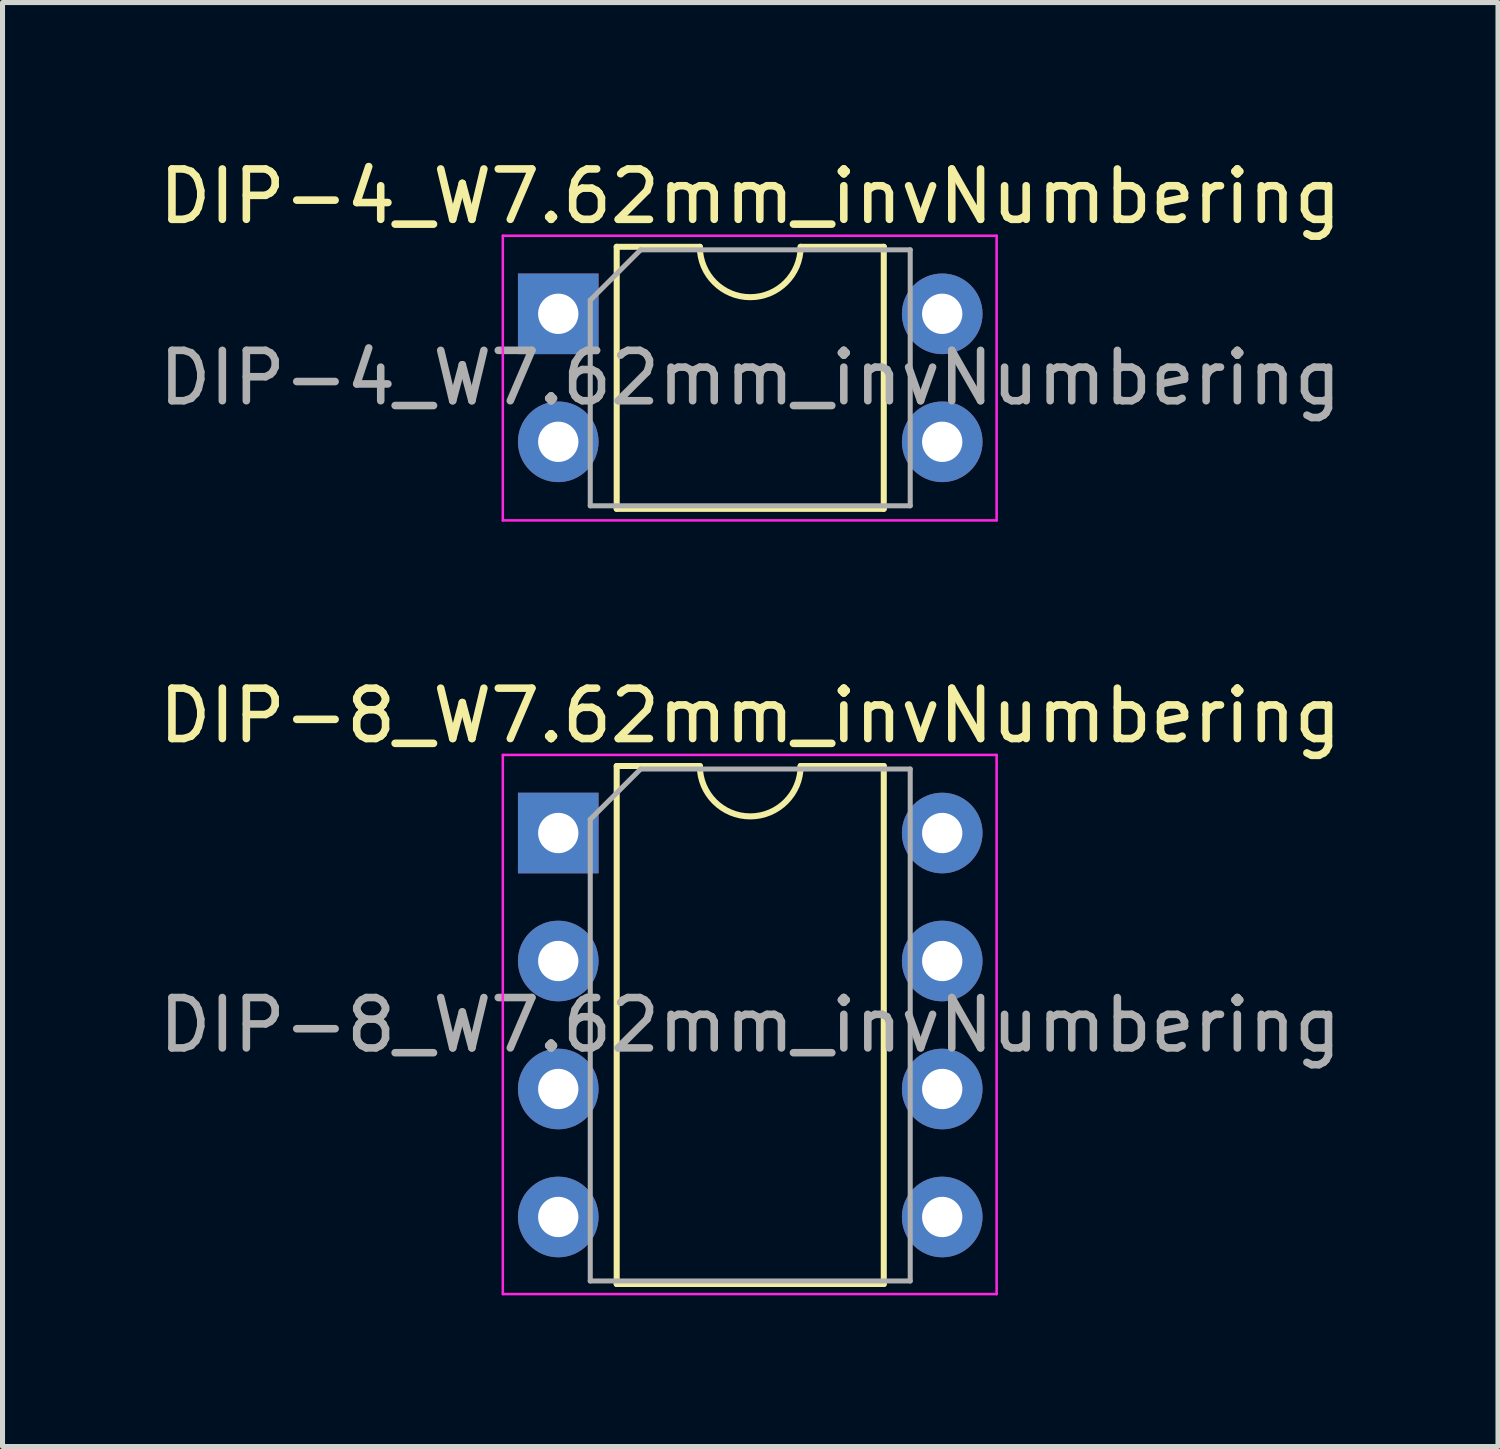
<source format=kicad_pcb>
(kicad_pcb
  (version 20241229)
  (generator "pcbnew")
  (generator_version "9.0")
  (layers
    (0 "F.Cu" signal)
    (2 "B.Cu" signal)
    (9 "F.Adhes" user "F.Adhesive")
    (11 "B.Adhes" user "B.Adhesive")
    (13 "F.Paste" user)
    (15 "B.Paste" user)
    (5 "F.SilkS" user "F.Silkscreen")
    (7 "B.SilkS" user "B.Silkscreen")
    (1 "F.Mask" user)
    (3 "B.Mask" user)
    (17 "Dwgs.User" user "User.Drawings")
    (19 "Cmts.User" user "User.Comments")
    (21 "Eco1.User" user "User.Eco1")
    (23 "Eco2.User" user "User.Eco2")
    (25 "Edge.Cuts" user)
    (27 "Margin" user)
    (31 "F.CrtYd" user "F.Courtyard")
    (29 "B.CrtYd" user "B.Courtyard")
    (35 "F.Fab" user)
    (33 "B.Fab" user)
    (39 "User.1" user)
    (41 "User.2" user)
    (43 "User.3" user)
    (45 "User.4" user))
  (footprint "DIP-8_W7.62mm_invNumbering"
    (layer "F.Cu")
    (at 8.029 13.482)
    (property "Reference" "DIP-8_W7.62mm_invNumbering" (at 3.81 -2.33 0) (layer "F.SilkS") (effects (font (size 1 1) (thickness 0.15))))
    (attr through_hole)
    (fp_line (start 1.16 -1.33) (end 1.16 8.95) (stroke (width 0.12) (type solid)) (layer "F.SilkS"))
    (fp_line (start 1.16 8.95) (end 6.46 8.95) (stroke (width 0.12) (type solid)) (layer "F.SilkS"))
    (fp_line (start 2.81 -1.33) (end 1.16 -1.33) (stroke (width 0.12) (type solid)) (layer "F.SilkS"))
    (fp_line (start 6.46 -1.33) (end 4.81 -1.33) (stroke (width 0.12) (type solid)) (layer "F.SilkS"))
    (fp_line (start 6.46 8.95) (end 6.46 -1.33) (stroke (width 0.12) (type solid)) (layer "F.SilkS"))
    (fp_arc (start 4.81 -1.33) (mid 3.81 -0.33) (end 2.81 -1.33) (stroke (width 0.12) (type solid)) (layer "F.SilkS"))
    (fp_line (start -1.1 -1.55) (end -1.1 9.15) (stroke (width 0.05) (type solid)) (layer "F.CrtYd"))
    (fp_line (start -1.1 9.15) (end 8.7 9.15) (stroke (width 0.05) (type solid)) (layer "F.CrtYd"))
    (fp_line (start 8.7 -1.55) (end -1.1 -1.55) (stroke (width 0.05) (type solid)) (layer "F.CrtYd"))
    (fp_line (start 8.7 9.15) (end 8.7 -1.55) (stroke (width 0.05) (type solid)) (layer "F.CrtYd"))
    (fp_line (start 0.635 -0.27) (end 1.635 -1.27) (stroke (width 0.1) (type solid)) (layer "F.Fab"))
    (fp_line (start 0.635 8.89) (end 0.635 -0.27) (stroke (width 0.1) (type solid)) (layer "F.Fab"))
    (fp_line (start 1.635 -1.27) (end 6.985 -1.27) (stroke (width 0.1) (type solid)) (layer "F.Fab"))
    (fp_line (start 6.985 -1.27) (end 6.985 8.89) (stroke (width 0.1) (type solid)) (layer "F.Fab"))
    (fp_line (start 6.985 8.89) (end 0.635 8.89) (stroke (width 0.1) (type solid)) (layer "F.Fab"))
    (fp_text user "${REFERENCE}" (at 3.81 3.81 0) (layer "F.Fab") (effects (font (size 1 1) (thickness 0.15))))
    (pad "1" thru_hole rect (at 0 0) (size 1.6 1.6) (drill 0.8) (layers "*.Cu" "*.Mask"))
    (pad "2" thru_hole oval (at 0 2.54) (size 1.6 1.6) (drill 0.8) (layers "*.Cu" "*.Mask"))
    (pad "3" thru_hole oval (at 0 5.08) (size 1.6 1.6) (drill 0.8) (layers "*.Cu" "*.Mask"))
    (pad "4" thru_hole oval (at 0 7.62) (size 1.6 1.6) (drill 0.8) (layers "*.Cu" "*.Mask"))
    (pad "5" thru_hole oval (at 7.62 0) (size 1.6 1.6) (drill 0.8) (layers "*.Cu" "*.Mask"))
    (pad "6" thru_hole oval (at 7.62 2.54) (size 1.6 1.6) (drill 0.8) (layers "*.Cu" "*.Mask"))
    (pad "7" thru_hole oval (at 7.62 5.08) (size 1.6 1.6) (drill 0.8) (layers "*.Cu" "*.Mask"))
    (pad "8" thru_hole oval (at 7.62 7.62) (size 1.6 1.6) (drill 0.8) (layers "*.Cu" "*.Mask")))
  (footprint "DIP-4_W7.62mm_invNumbering"
    (layer "F.Cu")
    (at 8.029 3.178)
    (property "Reference" "DIP-4_W7.62mm_invNumbering" (at 3.81 -2.33 0) (layer "F.SilkS") (effects (font (size 1 1) (thickness 0.15))))
    (attr through_hole)
    (fp_line (start 1.16 -1.33) (end 1.16 3.87) (stroke (width 0.12) (type solid)) (layer "F.SilkS"))
    (fp_line (start 1.16 3.87) (end 6.46 3.87) (stroke (width 0.12) (type solid)) (layer "F.SilkS"))
    (fp_line (start 2.81 -1.33) (end 1.16 -1.33) (stroke (width 0.12) (type solid)) (layer "F.SilkS"))
    (fp_line (start 6.46 -1.33) (end 4.81 -1.33) (stroke (width 0.12) (type solid)) (layer "F.SilkS"))
    (fp_line (start 6.46 3.87) (end 6.46 -1.33) (stroke (width 0.12) (type solid)) (layer "F.SilkS"))
    (fp_arc (start 4.81 -1.33) (mid 3.81 -0.33) (end 2.81 -1.33) (stroke (width 0.12) (type solid)) (layer "F.SilkS"))
    (fp_line (start -1.1 -1.55) (end -1.1 4.1) (stroke (width 0.05) (type solid)) (layer "F.CrtYd"))
    (fp_line (start -1.1 4.1) (end 8.7 4.1) (stroke (width 0.05) (type solid)) (layer "F.CrtYd"))
    (fp_line (start 8.7 -1.55) (end -1.1 -1.55) (stroke (width 0.05) (type solid)) (layer "F.CrtYd"))
    (fp_line (start 8.7 4.1) (end 8.7 -1.55) (stroke (width 0.05) (type solid)) (layer "F.CrtYd"))
    (fp_line (start 0.635 -0.27) (end 1.635 -1.27) (stroke (width 0.1) (type solid)) (layer "F.Fab"))
    (fp_line (start 0.635 3.81) (end 0.635 -0.27) (stroke (width 0.1) (type solid)) (layer "F.Fab"))
    (fp_line (start 1.635 -1.27) (end 6.985 -1.27) (stroke (width 0.1) (type solid)) (layer "F.Fab"))
    (fp_line (start 6.985 -1.27) (end 6.985 3.81) (stroke (width 0.1) (type solid)) (layer "F.Fab"))
    (fp_line (start 6.985 3.81) (end 0.635 3.81) (stroke (width 0.1) (type solid)) (layer "F.Fab"))
    (fp_text user "${REFERENCE}" (at 3.81 1.27 0) (layer "F.Fab") (effects (font (size 1 1) (thickness 0.15))))
    (pad "1" thru_hole rect (at 0 0) (size 1.6 1.6) (drill 0.8) (layers "*.Cu" "*.Mask"))
    (pad "2" thru_hole oval (at 0 2.54) (size 1.6 1.6) (drill 0.8) (layers "*.Cu" "*.Mask"))
    (pad "3" thru_hole oval (at 7.62 0) (size 1.6 1.6) (drill 0.8) (layers "*.Cu" "*.Mask"))
    (pad "4" thru_hole oval (at 7.62 2.54) (size 1.6 1.6) (drill 0.8) (layers "*.Cu" "*.Mask")))
  (gr_rect
    (start -3 -3)
    (end 26.679 25.657)
    (stroke (width 0.1) (type default))
    (fill no)
    (layer "Edge.Cuts")))
</source>
